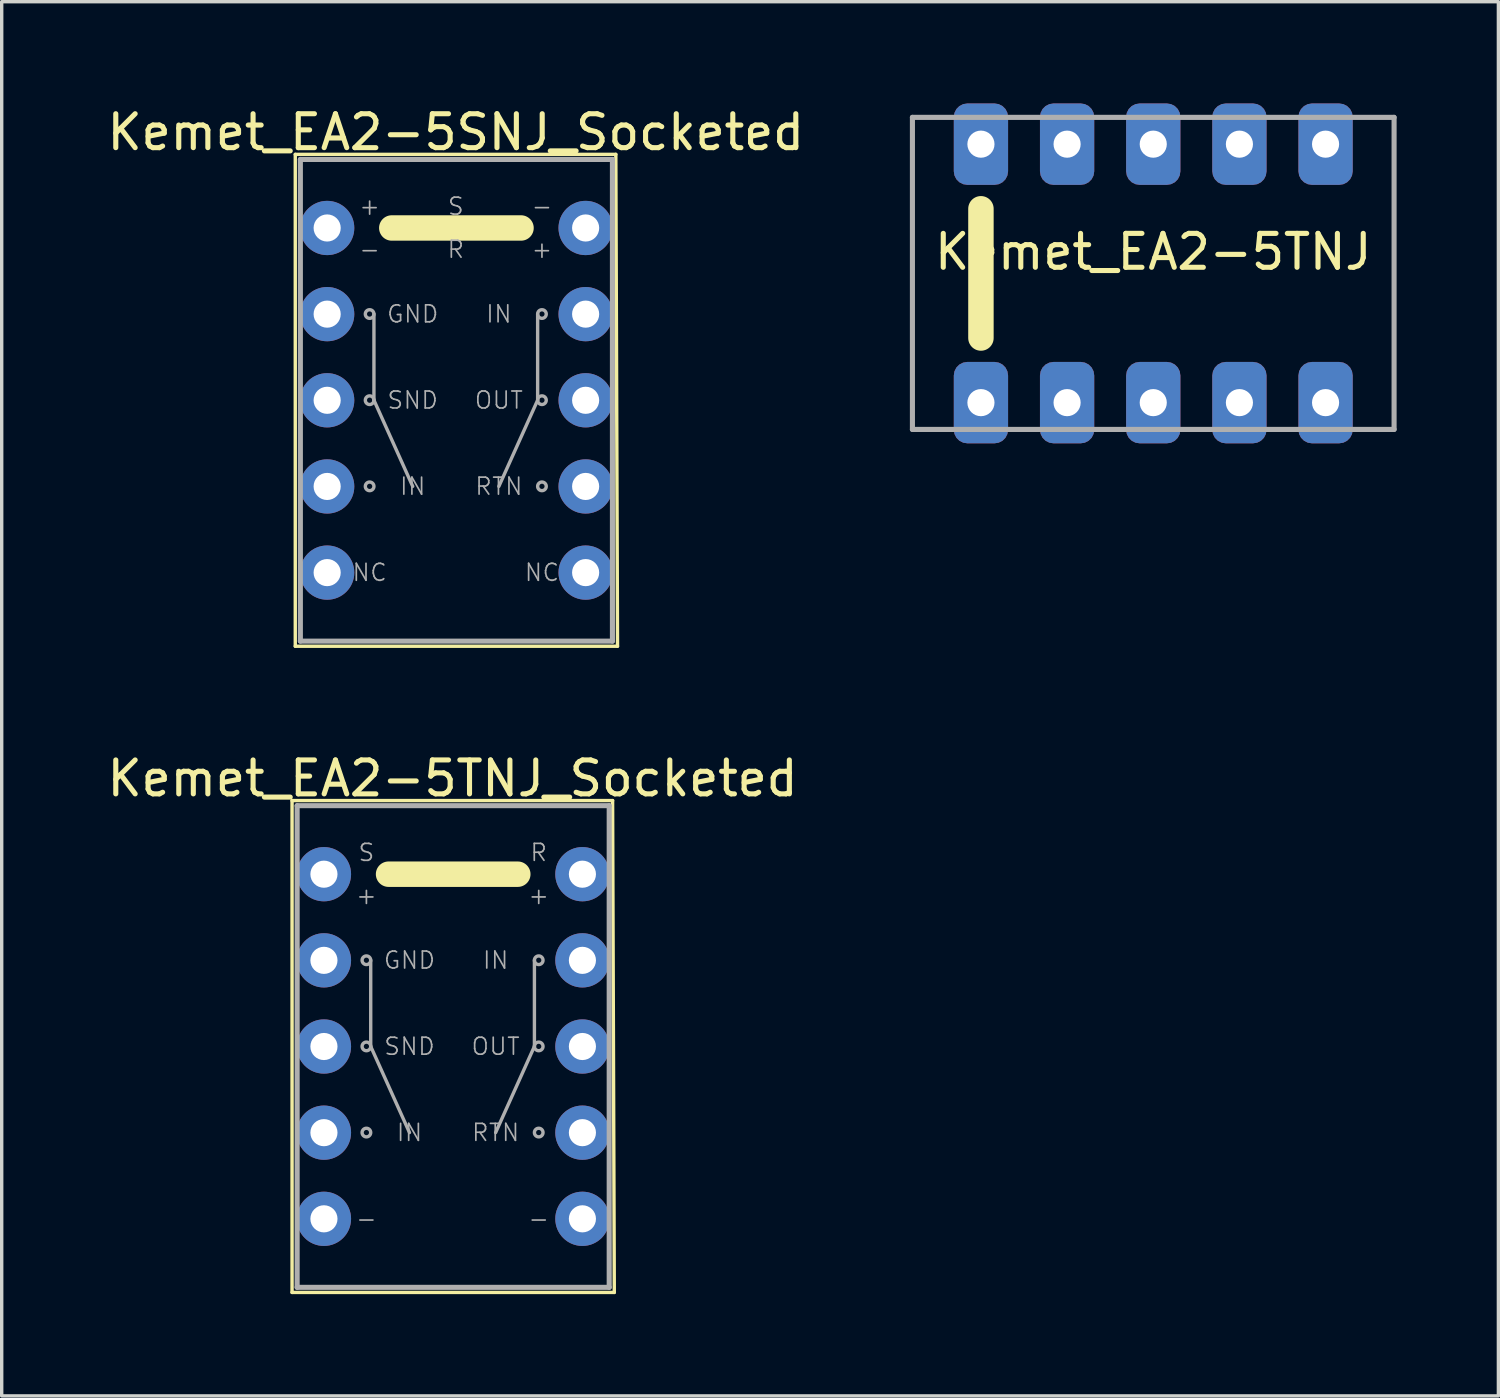
<source format=kicad_pcb>
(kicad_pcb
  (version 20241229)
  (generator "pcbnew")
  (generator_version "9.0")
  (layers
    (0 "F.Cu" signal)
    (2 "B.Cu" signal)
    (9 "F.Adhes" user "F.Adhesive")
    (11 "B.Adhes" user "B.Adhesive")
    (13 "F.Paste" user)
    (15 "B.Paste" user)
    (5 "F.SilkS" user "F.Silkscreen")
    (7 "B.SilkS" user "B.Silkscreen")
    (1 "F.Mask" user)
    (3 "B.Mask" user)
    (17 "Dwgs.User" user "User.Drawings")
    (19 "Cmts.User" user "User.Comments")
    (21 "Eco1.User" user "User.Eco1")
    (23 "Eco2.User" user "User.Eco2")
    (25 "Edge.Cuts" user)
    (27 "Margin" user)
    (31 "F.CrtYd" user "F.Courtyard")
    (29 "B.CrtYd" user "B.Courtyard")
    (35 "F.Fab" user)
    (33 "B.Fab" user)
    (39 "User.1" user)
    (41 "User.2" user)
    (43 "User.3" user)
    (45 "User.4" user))
  (footprint "Kemet_EA2-5TNJ"
    (layer "F.Cu")
    (at 30.949 5.01)
    (property "Reference" "Kemet_EA2-5TNJ" (at 0 -0.635 0) (layer "F.SilkS") (effects (font (size 1 1) (thickness 0.15))))
    (attr through_hole)
    (fp_line (start -5.08 -1.905) (end -5.08 1.905) (stroke (width 0.75) (type solid)) (layer "F.SilkS"))
    (fp_line (start -7.1 -4.6) (end -7.1 4.6) (stroke (width 0.15) (type solid)) (layer "F.Fab"))
    (fp_line (start -7.1 4.6) (end 7.1 4.6) (stroke (width 0.15) (type solid)) (layer "F.Fab"))
    (fp_line (start 7.1 -4.6) (end -7.1 -4.6) (stroke (width 0.15) (type solid)) (layer "F.Fab"))
    (fp_line (start 7.1 4.6) (end 7.1 -4.6) (stroke (width 0.15) (type solid)) (layer "F.Fab"))
    (pad "1" thru_hole roundrect (at -5.08 3.81) (size 1.6 2.4) (drill 0.8) (layers "*.Cu" "*.Mask") (roundrect_rratio 0.25))
    (pad "2" thru_hole roundrect (at -2.54 3.81) (size 1.6 2.4) (drill 0.8) (layers "*.Cu" "*.Mask") (roundrect_rratio 0.25))
    (pad "3" thru_hole roundrect (at 0 3.81) (size 1.6 2.4) (drill 0.8) (layers "*.Cu" "*.Mask") (roundrect_rratio 0.25))
    (pad "4" thru_hole roundrect (at 2.54 3.81) (size 1.6 2.4) (drill 0.8) (layers "*.Cu" "*.Mask") (roundrect_rratio 0.25))
    (pad "5" thru_hole roundrect (at 5.08 3.81) (size 1.6 2.4) (drill 0.8) (layers "*.Cu" "*.Mask") (roundrect_rratio 0.25))
    (pad "6" thru_hole roundrect (at 5.08 -3.81) (size 1.6 2.4) (drill 0.8) (layers "*.Cu" "*.Mask") (roundrect_rratio 0.25))
    (pad "7" thru_hole roundrect (at 2.54 -3.81) (size 1.6 2.4) (drill 0.8) (layers "*.Cu" "*.Mask") (roundrect_rratio 0.25))
    (pad "8" thru_hole roundrect (at 0 -3.81) (size 1.6 2.4) (drill 0.8) (layers "*.Cu" "*.Mask") (roundrect_rratio 0.25))
    (pad "9" thru_hole roundrect (at -2.54 -3.81) (size 1.6 2.4) (drill 0.8) (layers "*.Cu" "*.Mask") (roundrect_rratio 0.25))
    (pad "10" thru_hole roundrect (at -5.08 -3.81) (size 1.6 2.4) (drill 0.8) (layers "*.Cu" "*.Mask") (roundrect_rratio 0.25)))
  (footprint "Kemet_EA2-5SNJ_Socketed"
    (layer "F.Cu")
    (at 10.387 8.748)
    (property "Reference" "Kemet_EA2-5SNJ_Socketed" (at 0 -7.9 0) (layer "F.SilkS") (effects (font (size 1 1) (thickness 0.15))))
    (attr through_hole)
    (fp_line (start -4.732 -7.247) (end -4.732 7.253) (stroke (width 0.1) (type solid)) (layer "F.SilkS"))
    (fp_line (start 1.923 -5.077) (end -1.887 -5.077) (stroke (width 0.75) (type solid)) (layer "F.SilkS"))
    (fp_line (start 4.718 -7.247) (end -4.732 -7.247) (stroke (width 0.1) (type solid)) (layer "F.SilkS"))
    (fp_line (start 4.718 -7.247) (end 4.768 7.253) (stroke (width 0.1) (type solid)) (layer "F.SilkS"))
    (fp_line (start 4.768 7.253) (end -4.732 7.253) (stroke (width 0.1) (type solid)) (layer "F.SilkS"))
    (fp_line (start -4.582 -7.097) (end -4.582 7.103) (stroke (width 0.15) (type solid)) (layer "F.Fab"))
    (fp_line (start -4.582 7.103) (end 4.618 7.103) (stroke (width 0.15) (type solid)) (layer "F.Fab"))
    (fp_line (start -2.413 0) (end -2.413 -2.54) (stroke (width 0.1) (type solid)) (layer "F.Fab"))
    (fp_line (start -2.413 0) (end -1.27 2.54) (stroke (width 0.1) (type solid)) (layer "F.Fab"))
    (fp_line (start 2.413 0) (end 1.27 2.54) (stroke (width 0.1) (type solid)) (layer "F.Fab"))
    (fp_line (start 2.413 0) (end 2.413 -2.54) (stroke (width 0.1) (type solid)) (layer "F.Fab"))
    (fp_line (start 4.618 -7.097) (end -4.582 -7.097) (stroke (width 0.15) (type solid)) (layer "F.Fab"))
    (fp_line (start 4.618 7.103) (end 4.618 -7.097) (stroke (width 0.15) (type solid)) (layer "F.Fab"))
    (fp_circle (center -2.54 -2.54) (end -2.54 -2.413) (stroke (width 0.1) (type solid)) (fill no) (layer "F.Fab"))
    (fp_circle (center -2.54 0) (end -2.54 -0.127) (stroke (width 0.1) (type solid)) (fill no) (layer "F.Fab"))
    (fp_circle (center -2.54 2.54) (end -2.54 2.413) (stroke (width 0.1) (type solid)) (fill no) (layer "F.Fab"))
    (fp_circle (center 2.54 -2.54) (end 2.54 -2.667) (stroke (width 0.1) (type solid)) (fill no) (layer "F.Fab"))
    (fp_circle (center 2.54 0) (end 2.54 -0.127) (stroke (width 0.1) (type solid)) (fill no) (layer "F.Fab"))
    (fp_circle (center 2.54 2.54) (end 2.54 2.413) (stroke (width 0.1) (type solid)) (fill no) (layer "F.Fab"))
    (fp_text user "IN" (at -1.27 2.54 0) (layer "F.Fab") (effects (font (size 0.5 0.5) (thickness 0.05))))
    (fp_text user "S" (at 0 -5.715 0) (layer "F.Fab") (effects (font (size 0.5 0.5) (thickness 0.05))))
    (fp_text user "GND" (at -1.27 -2.54 0) (layer "F.Fab") (effects (font (size 0.5 0.5) (thickness 0.05))))
    (fp_text user "R" (at 0 -4.445 0) (layer "F.Fab") (effects (font (size 0.5 0.5) (thickness 0.05))))
    (fp_text user "RTN" (at 1.27 2.54 0) (layer "F.Fab") (effects (font (size 0.5 0.5) (thickness 0.05))))
    (fp_text user "-" (at 2.54 -5.715 0) (layer "F.Fab") (effects (font (size 0.5 0.5) (thickness 0.05))))
    (fp_text user "SND" (at -1.27 0 0) (layer "F.Fab") (effects (font (size 0.5 0.5) (thickness 0.05))))
    (fp_text user "NC" (at -2.54 5.08 0) (layer "F.Fab") (effects (font (size 0.5 0.5) (thickness 0.05))))
    (fp_text user "+" (at -2.54 -5.715 0) (layer "F.Fab") (effects (font (size 0.5 0.5) (thickness 0.05))))
    (fp_text user "IN" (at 1.27 -2.54 0) (layer "F.Fab") (effects (font (size 0.5 0.5) (thickness 0.05))))
    (fp_text user "+" (at 2.54 -4.445 0) (layer "F.Fab") (effects (font (size 0.5 0.5) (thickness 0.05))))
    (fp_text user "NC" (at 2.54 5.08 0) (layer "F.Fab") (effects (font (size 0.5 0.5) (thickness 0.05))))
    (fp_text user "OUT" (at 1.27 0 0) (layer "F.Fab") (effects (font (size 0.5 0.5) (thickness 0.05))))
    (fp_text user "-" (at -2.54 -4.445 0) (layer "F.Fab") (effects (font (size 0.5 0.5) (thickness 0.05))))
    (pad "1" thru_hole circle (at -3.792 -5.077) (size 1.6 1.6) (drill 0.8) (layers "*.Cu" "*.Mask"))
    (pad "2" thru_hole circle (at -3.792 -2.537) (size 1.6 1.6) (drill 0.8) (layers "*.Cu" "*.Mask"))
    (pad "3" thru_hole circle (at -3.792 0.003) (size 1.6 1.6) (drill 0.8) (layers "*.Cu" "*.Mask"))
    (pad "4" thru_hole circle (at -3.792 2.543) (size 1.6 1.6) (drill 0.8) (layers "*.Cu" "*.Mask"))
    (pad "5" thru_hole circle (at -3.792 5.083) (size 1.6 1.6) (drill 0.8) (layers "*.Cu" "*.Mask"))
    (pad "6" thru_hole circle (at 3.828 5.083) (size 1.6 1.6) (drill 0.8) (layers "*.Cu" "*.Mask"))
    (pad "7" thru_hole circle (at 3.828 2.543) (size 1.6 1.6) (drill 0.8) (layers "*.Cu" "*.Mask"))
    (pad "8" thru_hole circle (at 3.828 0.003) (size 1.6 1.6) (drill 0.8) (layers "*.Cu" "*.Mask"))
    (pad "9" thru_hole circle (at 3.828 -2.537) (size 1.6 1.6) (drill 0.8) (layers "*.Cu" "*.Mask"))
    (pad "10" thru_hole circle (at 3.828 -5.077) (size 1.6 1.6) (drill 0.8) (layers "*.Cu" "*.Mask")))
  (footprint "Kemet_EA2-5TNJ_Socketed"
    (layer "F.Cu")
    (at 10.292 27.799)
    (property "Reference" "Kemet_EA2-5TNJ_Socketed" (at 0 -7.9 0) (layer "F.SilkS") (effects (font (size 1 1) (thickness 0.15))))
    (attr through_hole)
    (fp_line (start -4.732 -7.247) (end -4.732 7.253) (stroke (width 0.1) (type solid)) (layer "F.SilkS"))
    (fp_line (start 1.923 -5.077) (end -1.887 -5.077) (stroke (width 0.75) (type solid)) (layer "F.SilkS"))
    (fp_line (start 4.718 -7.247) (end -4.732 -7.247) (stroke (width 0.1) (type solid)) (layer "F.SilkS"))
    (fp_line (start 4.718 -7.247) (end 4.768 7.253) (stroke (width 0.1) (type solid)) (layer "F.SilkS"))
    (fp_line (start 4.768 7.253) (end -4.732 7.253) (stroke (width 0.1) (type solid)) (layer "F.SilkS"))
    (fp_line (start -4.582 -7.097) (end -4.582 7.103) (stroke (width 0.15) (type solid)) (layer "F.Fab"))
    (fp_line (start -4.582 7.103) (end 4.618 7.103) (stroke (width 0.15) (type solid)) (layer "F.Fab"))
    (fp_line (start -2.413 0) (end -2.413 -2.54) (stroke (width 0.1) (type solid)) (layer "F.Fab"))
    (fp_line (start -2.413 0) (end -1.27 2.54) (stroke (width 0.1) (type solid)) (layer "F.Fab"))
    (fp_line (start 2.413 0) (end 1.27 2.54) (stroke (width 0.1) (type solid)) (layer "F.Fab"))
    (fp_line (start 2.413 0) (end 2.413 -2.54) (stroke (width 0.1) (type solid)) (layer "F.Fab"))
    (fp_line (start 4.618 -7.097) (end -4.582 -7.097) (stroke (width 0.15) (type solid)) (layer "F.Fab"))
    (fp_line (start 4.618 7.103) (end 4.618 -7.097) (stroke (width 0.15) (type solid)) (layer "F.Fab"))
    (fp_circle (center -2.54 -2.54) (end -2.54 -2.413) (stroke (width 0.1) (type solid)) (fill no) (layer "F.Fab"))
    (fp_circle (center -2.54 0) (end -2.54 -0.127) (stroke (width 0.1) (type solid)) (fill no) (layer "F.Fab"))
    (fp_circle (center -2.54 2.54) (end -2.54 2.413) (stroke (width 0.1) (type solid)) (fill no) (layer "F.Fab"))
    (fp_circle (center 2.54 -2.54) (end 2.54 -2.667) (stroke (width 0.1) (type solid)) (fill no) (layer "F.Fab"))
    (fp_circle (center 2.54 0) (end 2.54 -0.127) (stroke (width 0.1) (type solid)) (fill no) (layer "F.Fab"))
    (fp_circle (center 2.54 2.54) (end 2.54 2.413) (stroke (width 0.1) (type solid)) (fill no) (layer "F.Fab"))
    (fp_text user "-" (at -2.54 5.08 0) (layer "F.Fab") (effects (font (size 0.5 0.5) (thickness 0.05))))
    (fp_text user "IN" (at -1.27 2.54 0) (layer "F.Fab") (effects (font (size 0.5 0.5) (thickness 0.05))))
    (fp_text user "RTN" (at 1.27 2.54 0) (layer "F.Fab") (effects (font (size 0.5 0.5) (thickness 0.05))))
    (fp_text user "IN" (at 1.27 -2.54 0) (layer "F.Fab") (effects (font (size 0.5 0.5) (thickness 0.05))))
    (fp_text user "OUT" (at 1.27 0 0) (layer "F.Fab") (effects (font (size 0.5 0.5) (thickness 0.05))))
    (fp_text user "R" (at 2.54 -5.715 0) (layer "F.Fab") (effects (font (size 0.5 0.5) (thickness 0.05))))
    (fp_text user "S" (at -2.54 -5.715 0) (layer "F.Fab") (effects (font (size 0.5 0.5) (thickness 0.05))))
    (fp_text user "-" (at 2.54 5.08 0) (layer "F.Fab") (effects (font (size 0.5 0.5) (thickness 0.05))))
    (fp_text user "+" (at 2.54 -4.445 0) (layer "F.Fab") (effects (font (size 0.5 0.5) (thickness 0.05))))
    (fp_text user "+" (at -2.54 -4.445 0) (layer "F.Fab") (effects (font (size 0.5 0.5) (thickness 0.05))))
    (fp_text user "GND" (at -1.27 -2.54 0) (layer "F.Fab") (effects (font (size 0.5 0.5) (thickness 0.05))))
    (fp_text user "SND" (at -1.27 0 0) (layer "F.Fab") (effects (font (size 0.5 0.5) (thickness 0.05))))
    (pad "1" thru_hole circle (at -3.792 -5.077) (size 1.6 1.6) (drill 0.8) (layers "*.Cu" "*.Mask"))
    (pad "2" thru_hole circle (at -3.792 -2.537) (size 1.6 1.6) (drill 0.8) (layers "*.Cu" "*.Mask"))
    (pad "3" thru_hole circle (at -3.792 0.003) (size 1.6 1.6) (drill 0.8) (layers "*.Cu" "*.Mask"))
    (pad "4" thru_hole circle (at -3.792 2.543) (size 1.6 1.6) (drill 0.8) (layers "*.Cu" "*.Mask"))
    (pad "5" thru_hole circle (at -3.792 5.083) (size 1.6 1.6) (drill 0.8) (layers "*.Cu" "*.Mask"))
    (pad "6" thru_hole circle (at 3.828 5.083) (size 1.6 1.6) (drill 0.8) (layers "*.Cu" "*.Mask"))
    (pad "7" thru_hole circle (at 3.828 2.543) (size 1.6 1.6) (drill 0.8) (layers "*.Cu" "*.Mask"))
    (pad "8" thru_hole circle (at 3.828 0.003) (size 1.6 1.6) (drill 0.8) (layers "*.Cu" "*.Mask"))
    (pad "9" thru_hole circle (at 3.828 -2.537) (size 1.6 1.6) (drill 0.8) (layers "*.Cu" "*.Mask"))
    (pad "10" thru_hole circle (at 3.828 -5.077) (size 1.6 1.6) (drill 0.8) (layers "*.Cu" "*.Mask")))
  (gr_rect
    (start -3 -3)
    (end 41.124 38.102)
    (stroke (width 0.1) (type default))
    (fill no)
    (layer "Edge.Cuts")))
</source>
